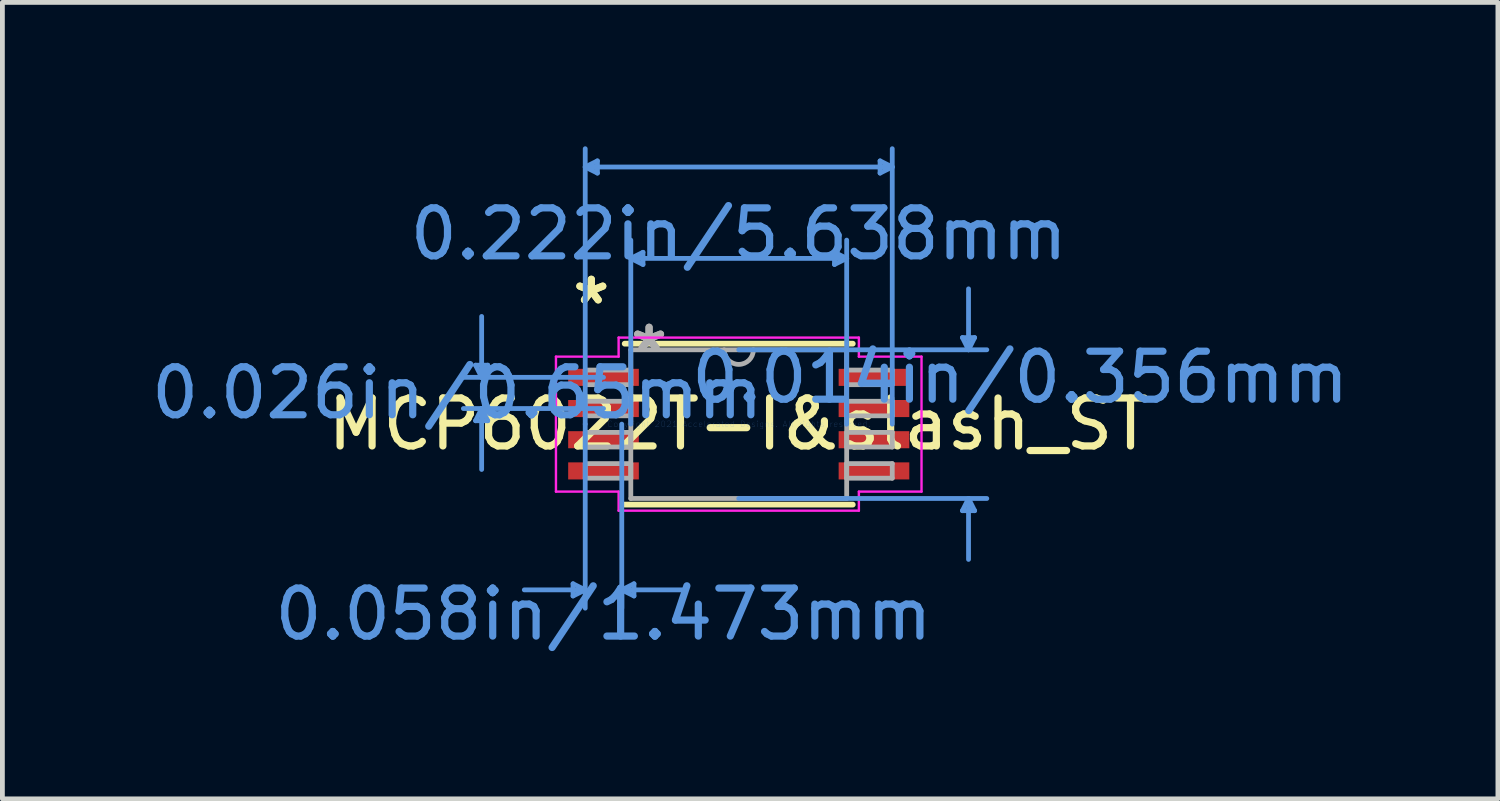
<source format=kicad_pcb>
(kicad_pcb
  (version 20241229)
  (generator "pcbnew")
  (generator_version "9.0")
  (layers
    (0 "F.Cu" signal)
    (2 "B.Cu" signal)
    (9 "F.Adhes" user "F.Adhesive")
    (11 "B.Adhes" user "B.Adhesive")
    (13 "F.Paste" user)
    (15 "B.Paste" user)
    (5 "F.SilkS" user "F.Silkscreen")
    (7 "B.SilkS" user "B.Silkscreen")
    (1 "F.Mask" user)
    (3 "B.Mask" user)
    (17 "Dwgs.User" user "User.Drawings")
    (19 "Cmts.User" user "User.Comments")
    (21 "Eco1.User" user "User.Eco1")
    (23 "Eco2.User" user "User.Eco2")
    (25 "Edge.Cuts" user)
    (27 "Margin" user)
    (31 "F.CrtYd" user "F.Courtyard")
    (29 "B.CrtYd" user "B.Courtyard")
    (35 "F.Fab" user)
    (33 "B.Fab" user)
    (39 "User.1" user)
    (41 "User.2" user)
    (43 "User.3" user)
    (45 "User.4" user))
  (footprint "MCP6022T-I&slash_ST"
    (layer "F.Cu")
    (at 12.349 5.791)
    (property "Reference" "MCP6022T-I&slash_ST" (at 0 0 0) (layer "F.SilkS") (effects (font (size 1 1) (thickness 0.15))))
    (attr through_hole)
    (fp_line (start -2.377 1.677) (end 2.377 1.677) (stroke (width 0.12) (type solid)) (layer "F.SilkS"))
    (fp_line (start 2.377 -1.677) (end -2.377 -1.677) (stroke (width 0.12) (type solid)) (layer "F.SilkS"))
    (fp_line (start -5.486 -1.229) (end -5.232 -1.229) (stroke (width 0.1) (type solid)) (layer "Cmts.User"))
    (fp_line (start -5.486 -0.071) (end -5.232 -0.071) (stroke (width 0.1) (type solid)) (layer "Cmts.User"))
    (fp_line (start -5.359 -0.975) (end -5.486 -1.229) (stroke (width 0.1) (type solid)) (layer "Cmts.User"))
    (fp_line (start -5.359 -0.975) (end -5.359 -2.245) (stroke (width 0.1) (type solid)) (layer "Cmts.User"))
    (fp_line (start -5.359 -0.975) (end -5.232 -1.229) (stroke (width 0.1) (type solid)) (layer "Cmts.User"))
    (fp_line (start -5.359 -0.325) (end -5.486 -0.071) (stroke (width 0.1) (type solid)) (layer "Cmts.User"))
    (fp_line (start -5.359 -0.325) (end -5.359 0.945) (stroke (width 0.1) (type solid)) (layer "Cmts.User"))
    (fp_line (start -5.359 -0.325) (end -5.232 -0.071) (stroke (width 0.1) (type solid)) (layer "Cmts.User"))
    (fp_line (start -3.454 3.328) (end -3.454 3.582) (stroke (width 0.1) (type solid)) (layer "Cmts.User"))
    (fp_line (start -3.2 -5.36) (end -2.946 -5.487) (stroke (width 0.1) (type solid)) (layer "Cmts.User"))
    (fp_line (start -3.2 -5.36) (end -2.946 -5.233) (stroke (width 0.1) (type solid)) (layer "Cmts.User"))
    (fp_line (start -3.2 -5.36) (end 3.2 -5.36) (stroke (width 0.1) (type solid)) (layer "Cmts.User"))
    (fp_line (start -3.2 0) (end -3.2 -5.741) (stroke (width 0.1) (type solid)) (layer "Cmts.User"))
    (fp_line (start -3.2 0) (end -3.2 3.836) (stroke (width 0.1) (type solid)) (layer "Cmts.User"))
    (fp_line (start -3.2 3.455) (end -4.47 3.455) (stroke (width 0.1) (type solid)) (layer "Cmts.User"))
    (fp_line (start -3.2 3.455) (end -3.454 3.328) (stroke (width 0.1) (type solid)) (layer "Cmts.User"))
    (fp_line (start -3.2 3.455) (end -3.454 3.582) (stroke (width 0.1) (type solid)) (layer "Cmts.User"))
    (fp_line (start -2.946 -5.487) (end -2.946 -5.233) (stroke (width 0.1) (type solid)) (layer "Cmts.User"))
    (fp_line (start -2.819 -0.975) (end -5.74 -0.975) (stroke (width 0.1) (type solid)) (layer "Cmts.User"))
    (fp_line (start -2.819 -0.325) (end -5.74 -0.325) (stroke (width 0.1) (type solid)) (layer "Cmts.User"))
    (fp_line (start -2.438 0) (end -2.438 3.836) (stroke (width 0.1) (type solid)) (layer "Cmts.User"))
    (fp_line (start -2.438 3.455) (end -2.184 3.328) (stroke (width 0.1) (type solid)) (layer "Cmts.User"))
    (fp_line (start -2.438 3.455) (end -2.184 3.582) (stroke (width 0.1) (type solid)) (layer "Cmts.User"))
    (fp_line (start -2.438 3.455) (end -1.168 3.455) (stroke (width 0.1) (type solid)) (layer "Cmts.User"))
    (fp_line (start -2.25 -3.455) (end -1.996 -3.582) (stroke (width 0.1) (type solid)) (layer "Cmts.User"))
    (fp_line (start -2.25 -3.455) (end -1.996 -3.328) (stroke (width 0.1) (type solid)) (layer "Cmts.User"))
    (fp_line (start -2.25 -3.455) (end 2.25 -3.455) (stroke (width 0.1) (type solid)) (layer "Cmts.User"))
    (fp_line (start -2.25 0) (end -2.25 -3.836) (stroke (width 0.1) (type solid)) (layer "Cmts.User"))
    (fp_line (start -2.184 3.328) (end -2.184 3.582) (stroke (width 0.1) (type solid)) (layer "Cmts.User"))
    (fp_line (start -1.996 -3.582) (end -1.996 -3.328) (stroke (width 0.1) (type solid)) (layer "Cmts.User"))
    (fp_line (start 0 -1.55) (end 5.171 -1.55) (stroke (width 0.1) (type solid)) (layer "Cmts.User"))
    (fp_line (start 0 1.55) (end 5.171 1.55) (stroke (width 0.1) (type solid)) (layer "Cmts.User"))
    (fp_line (start 1.996 -3.582) (end 1.996 -3.328) (stroke (width 0.1) (type solid)) (layer "Cmts.User"))
    (fp_line (start 2.25 -3.455) (end 1.996 -3.582) (stroke (width 0.1) (type solid)) (layer "Cmts.User"))
    (fp_line (start 2.25 -3.455) (end 1.996 -3.328) (stroke (width 0.1) (type solid)) (layer "Cmts.User"))
    (fp_line (start 2.25 0) (end 2.25 -3.836) (stroke (width 0.1) (type solid)) (layer "Cmts.User"))
    (fp_line (start 2.946 -5.487) (end 2.946 -5.233) (stroke (width 0.1) (type solid)) (layer "Cmts.User"))
    (fp_line (start 3.2 -5.36) (end 2.946 -5.487) (stroke (width 0.1) (type solid)) (layer "Cmts.User"))
    (fp_line (start 3.2 -5.36) (end 2.946 -5.233) (stroke (width 0.1) (type solid)) (layer "Cmts.User"))
    (fp_line (start 3.2 0) (end 3.2 -5.741) (stroke (width 0.1) (type solid)) (layer "Cmts.User"))
    (fp_line (start 4.663 -1.804) (end 4.917 -1.804) (stroke (width 0.1) (type solid)) (layer "Cmts.User"))
    (fp_line (start 4.663 1.804) (end 4.917 1.804) (stroke (width 0.1) (type solid)) (layer "Cmts.User"))
    (fp_line (start 4.79 -1.55) (end 4.663 -1.804) (stroke (width 0.1) (type solid)) (layer "Cmts.User"))
    (fp_line (start 4.79 -1.55) (end 4.79 -2.82) (stroke (width 0.1) (type solid)) (layer "Cmts.User"))
    (fp_line (start 4.79 -1.55) (end 4.917 -1.804) (stroke (width 0.1) (type solid)) (layer "Cmts.User"))
    (fp_line (start 4.79 1.55) (end 4.663 1.804) (stroke (width 0.1) (type solid)) (layer "Cmts.User"))
    (fp_line (start 4.79 1.55) (end 4.79 2.82) (stroke (width 0.1) (type solid)) (layer "Cmts.User"))
    (fp_line (start 4.79 1.55) (end 4.917 1.804) (stroke (width 0.1) (type solid)) (layer "Cmts.User"))
    (fp_line (start -3.81 -1.407) (end -2.504 -1.407) (stroke (width 0.05) (type solid)) (layer "F.CrtYd"))
    (fp_line (start -3.81 1.407) (end -3.81 -1.407) (stroke (width 0.05) (type solid)) (layer "F.CrtYd"))
    (fp_line (start -2.504 -1.804) (end 2.504 -1.804) (stroke (width 0.05) (type solid)) (layer "F.CrtYd"))
    (fp_line (start -2.504 -1.407) (end -2.504 -1.804) (stroke (width 0.05) (type solid)) (layer "F.CrtYd"))
    (fp_line (start -2.504 1.407) (end -3.81 1.407) (stroke (width 0.05) (type solid)) (layer "F.CrtYd"))
    (fp_line (start -2.504 1.804) (end -2.504 1.407) (stroke (width 0.05) (type solid)) (layer "F.CrtYd"))
    (fp_line (start 2.504 -1.804) (end 2.504 -1.407) (stroke (width 0.05) (type solid)) (layer "F.CrtYd"))
    (fp_line (start 2.504 -1.407) (end 3.81 -1.407) (stroke (width 0.05) (type solid)) (layer "F.CrtYd"))
    (fp_line (start 2.504 1.407) (end 2.504 1.804) (stroke (width 0.05) (type solid)) (layer "F.CrtYd"))
    (fp_line (start 2.504 1.804) (end -2.504 1.804) (stroke (width 0.05) (type solid)) (layer "F.CrtYd"))
    (fp_line (start 3.81 -1.407) (end 3.81 1.407) (stroke (width 0.05) (type solid)) (layer "F.CrtYd"))
    (fp_line (start 3.81 1.407) (end 2.504 1.407) (stroke (width 0.05) (type solid)) (layer "F.CrtYd"))
    (fp_line (start -3.2 -1.127) (end -3.2 -0.823) (stroke (width 0.1) (type solid)) (layer "F.Fab"))
    (fp_line (start -3.2 -0.823) (end -2.25 -0.823) (stroke (width 0.1) (type solid)) (layer "F.Fab"))
    (fp_line (start -3.2 -0.477) (end -3.2 -0.173) (stroke (width 0.1) (type solid)) (layer "F.Fab"))
    (fp_line (start -3.2 -0.173) (end -2.25 -0.173) (stroke (width 0.1) (type solid)) (layer "F.Fab"))
    (fp_line (start -3.2 0.173) (end -3.2 0.477) (stroke (width 0.1) (type solid)) (layer "F.Fab"))
    (fp_line (start -3.2 0.477) (end -2.25 0.477) (stroke (width 0.1) (type solid)) (layer "F.Fab"))
    (fp_line (start -3.2 0.823) (end -3.2 1.127) (stroke (width 0.1) (type solid)) (layer "F.Fab"))
    (fp_line (start -3.2 1.127) (end -2.25 1.127) (stroke (width 0.1) (type solid)) (layer "F.Fab"))
    (fp_line (start -2.25 -1.55) (end -2.25 1.55) (stroke (width 0.1) (type solid)) (layer "F.Fab"))
    (fp_line (start -2.25 -1.127) (end -3.2 -1.127) (stroke (width 0.1) (type solid)) (layer "F.Fab"))
    (fp_line (start -2.25 -0.823) (end -2.25 -1.127) (stroke (width 0.1) (type solid)) (layer "F.Fab"))
    (fp_line (start -2.25 -0.477) (end -3.2 -0.477) (stroke (width 0.1) (type solid)) (layer "F.Fab"))
    (fp_line (start -2.25 -0.173) (end -2.25 -0.477) (stroke (width 0.1) (type solid)) (layer "F.Fab"))
    (fp_line (start -2.25 0.173) (end -3.2 0.173) (stroke (width 0.1) (type solid)) (layer "F.Fab"))
    (fp_line (start -2.25 0.477) (end -2.25 0.173) (stroke (width 0.1) (type solid)) (layer "F.Fab"))
    (fp_line (start -2.25 0.823) (end -3.2 0.823) (stroke (width 0.1) (type solid)) (layer "F.Fab"))
    (fp_line (start -2.25 1.127) (end -2.25 0.823) (stroke (width 0.1) (type solid)) (layer "F.Fab"))
    (fp_line (start -2.25 1.55) (end 2.25 1.55) (stroke (width 0.1) (type solid)) (layer "F.Fab"))
    (fp_line (start 2.25 -1.55) (end -2.25 -1.55) (stroke (width 0.1) (type solid)) (layer "F.Fab"))
    (fp_line (start 2.25 -1.127) (end 2.25 -0.823) (stroke (width 0.1) (type solid)) (layer "F.Fab"))
    (fp_line (start 2.25 -0.823) (end 3.2 -0.823) (stroke (width 0.1) (type solid)) (layer "F.Fab"))
    (fp_line (start 2.25 -0.477) (end 2.25 -0.173) (stroke (width 0.1) (type solid)) (layer "F.Fab"))
    (fp_line (start 2.25 -0.173) (end 3.2 -0.173) (stroke (width 0.1) (type solid)) (layer "F.Fab"))
    (fp_line (start 2.25 0.173) (end 2.25 0.477) (stroke (width 0.1) (type solid)) (layer "F.Fab"))
    (fp_line (start 2.25 0.477) (end 3.2 0.477) (stroke (width 0.1) (type solid)) (layer "F.Fab"))
    (fp_line (start 2.25 0.823) (end 2.25 1.127) (stroke (width 0.1) (type solid)) (layer "F.Fab"))
    (fp_line (start 2.25 1.127) (end 3.2 1.127) (stroke (width 0.1) (type solid)) (layer "F.Fab"))
    (fp_line (start 2.25 1.55) (end 2.25 -1.55) (stroke (width 0.1) (type solid)) (layer "F.Fab"))
    (fp_line (start 3.2 -1.127) (end 2.25 -1.127) (stroke (width 0.1) (type solid)) (layer "F.Fab"))
    (fp_line (start 3.2 -0.823) (end 3.2 -1.127) (stroke (width 0.1) (type solid)) (layer "F.Fab"))
    (fp_line (start 3.2 -0.477) (end 2.25 -0.477) (stroke (width 0.1) (type solid)) (layer "F.Fab"))
    (fp_line (start 3.2 -0.173) (end 3.2 -0.477) (stroke (width 0.1) (type solid)) (layer "F.Fab"))
    (fp_line (start 3.2 0.173) (end 2.25 0.173) (stroke (width 0.1) (type solid)) (layer "F.Fab"))
    (fp_line (start 3.2 0.477) (end 3.2 0.173) (stroke (width 0.1) (type solid)) (layer "F.Fab"))
    (fp_line (start 3.2 0.823) (end 2.25 0.823) (stroke (width 0.1) (type solid)) (layer "F.Fab"))
    (fp_line (start 3.2 1.127) (end 3.2 0.823) (stroke (width 0.1) (type solid)) (layer "F.Fab"))
    (fp_arc (start 0.3048 -1.549998) (mid -0.000001 -1.245199) (end -0.3048 -1.55) (stroke (width 0.1) (type solid)) (layer "F.Fab"))
    (fp_text user "*" (at -3.073 -2.474 0) (layer "F.SilkS") (effects (font (size 1 1) (thickness 0.15))))
    (fp_text user "*" (at -3.073 -2.474 0) (layer "F.SilkS") (effects (font (size 1 1) (thickness 0.15))))
    (fp_text user "0.222in/5.638mm" (at 0 -3.963 0) (layer "Cmts.User") (effects (font (size 1 1) (thickness 0.15))))
    (fp_text user "Copyright 2021 Accelerated Designs. All rights reserved." (at 0 0 0) (layer "Cmts.User") (effects (font (size 0.127 0.127) (thickness 0.002))))
    (fp_text user "0.026in/0.65mm" (at -5.867 -0.65 0) (layer "Cmts.User") (effects (font (size 1 1) (thickness 0.15))))
    (fp_text user "0.014in/0.356mm" (at 5.867 -0.975 0) (layer "Cmts.User") (effects (font (size 1 1) (thickness 0.15))))
    (fp_text user "0.058in/1.473mm" (at -2.819 3.963 0) (layer "Cmts.User") (effects (font (size 1 1) (thickness 0.15))))
    (fp_text user "*" (at -1.869 -1.474 0) (layer "F.Fab") (effects (font (size 1 1) (thickness 0.15))))
    (fp_text user "*" (at -1.869 -1.474 0) (layer "F.Fab") (effects (font (size 1 1) (thickness 0.15))))
    (pad "1" smd rect (at -2.819 -0.975) (size 1.473 0.356) (layers "F.Cu" "F.Mask" "F.Paste"))
    (pad "2" smd rect (at -2.819 -0.325) (size 1.473 0.356) (layers "F.Cu" "F.Mask" "F.Paste"))
    (pad "3" smd rect (at -2.819 0.325) (size 1.473 0.356) (layers "F.Cu" "F.Mask" "F.Paste"))
    (pad "4" smd rect (at -2.819 0.975) (size 1.473 0.356) (layers "F.Cu" "F.Mask" "F.Paste"))
    (pad "5" smd rect (at 2.819 0.975) (size 1.473 0.356) (layers "F.Cu" "F.Mask" "F.Paste"))
    (pad "6" smd rect (at 2.819 0.325) (size 1.473 0.356) (layers "F.Cu" "F.Mask" "F.Paste"))
    (pad "7" smd rect (at 2.819 -0.325) (size 1.473 0.356) (layers "F.Cu" "F.Mask" "F.Paste"))
    (pad "8" smd rect (at 2.819 -0.975) (size 1.473 0.356) (layers "F.Cu" "F.Mask" "F.Paste")))
  (gr_rect
    (start -3 -3)
    (end 28.174 13.602)
    (stroke (width 0.1) (type default))
    (fill no)
    (layer "Edge.Cuts")))
</source>
